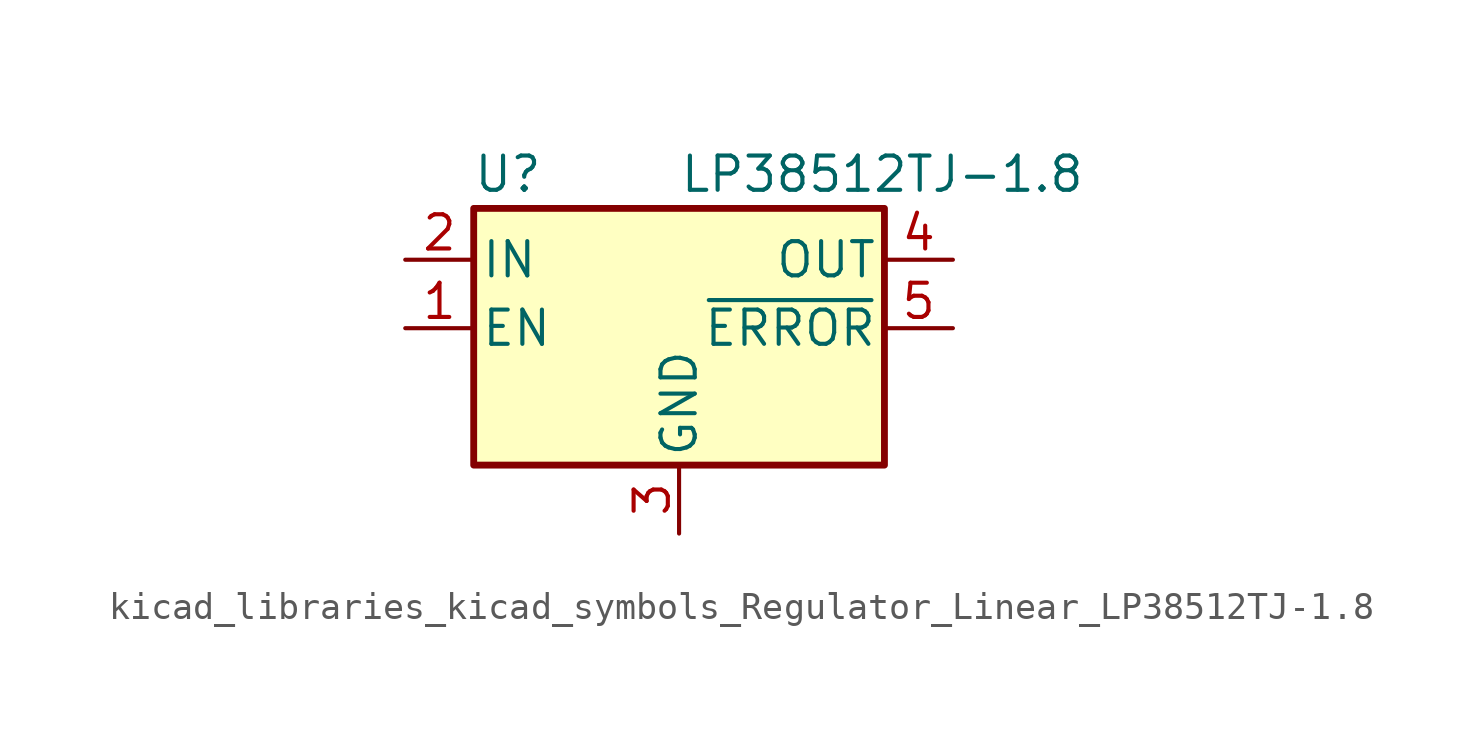
<source format=kicad_sym>
(kicad_symbol_lib
  (version 20220914)
  (generator kicad_symbol_editor)
  (symbol "kicad_libraries_kicad_symbols_Regulator_Linear_LP38512TJ-1.8"
    (pin_names
      (offset 0.254))
    (property "Reference" "U"
      (at -6.35 5.715 0)
      (effects (font (size 1.27 1.27))))
    (property "Value" "LP38512TJ-1.8"
      (at 0 5.715 0)
      (effects (font (size 1.27 1.27)) (justify left)))
    (symbol "kicad_libraries_kicad_symbols_Regulator_Linear_LP38512TJ-1.8_0_1"
      (rectangle (start -7.62 -5.08) (end 7.62 4.445) (stroke (width 0.254) (type default)) (fill (type background))))
    (symbol "kicad_libraries_kicad_symbols_Regulator_Linear_LP38512TJ-1.8_1_1"
      (pin input line (at -10.16 0 0) (length 2.54) (name "EN" (effects (font (size 1.27 1.27)))) (number "1" (effects (font (size 1.27 1.27)))))
      (pin power_in line (at -10.16 2.54 0) (length 2.54) (name "IN" (effects (font (size 1.27 1.27)))) (number "2" (effects (font (size 1.27 1.27)))))
      (pin power_in line (at 0 -7.62 90) (length 2.54) (name "GND" (effects (font (size 1.27 1.27)))) (number "3" (effects (font (size 1.27 1.27)))))
      (pin power_out line (at 10.16 2.54 180) (length 2.54) (name "OUT" (effects (font (size 1.27 1.27)))) (number "4" (effects (font (size 1.27 1.27)))))
      (pin open_collector line (at 10.16 0 180) (length 2.54) (name "~{ERROR}" (effects (font (size 1.27 1.27)))) (number "5" (effects (font (size 1.27 1.27)))))
      (pin passive line (at 0 -7.62 90) (length 2.54) hide (name "GND" (effects (font (size 1.27 1.27)))) (number "6" (effects (font (size 1.27 1.27))))))))
</source>
